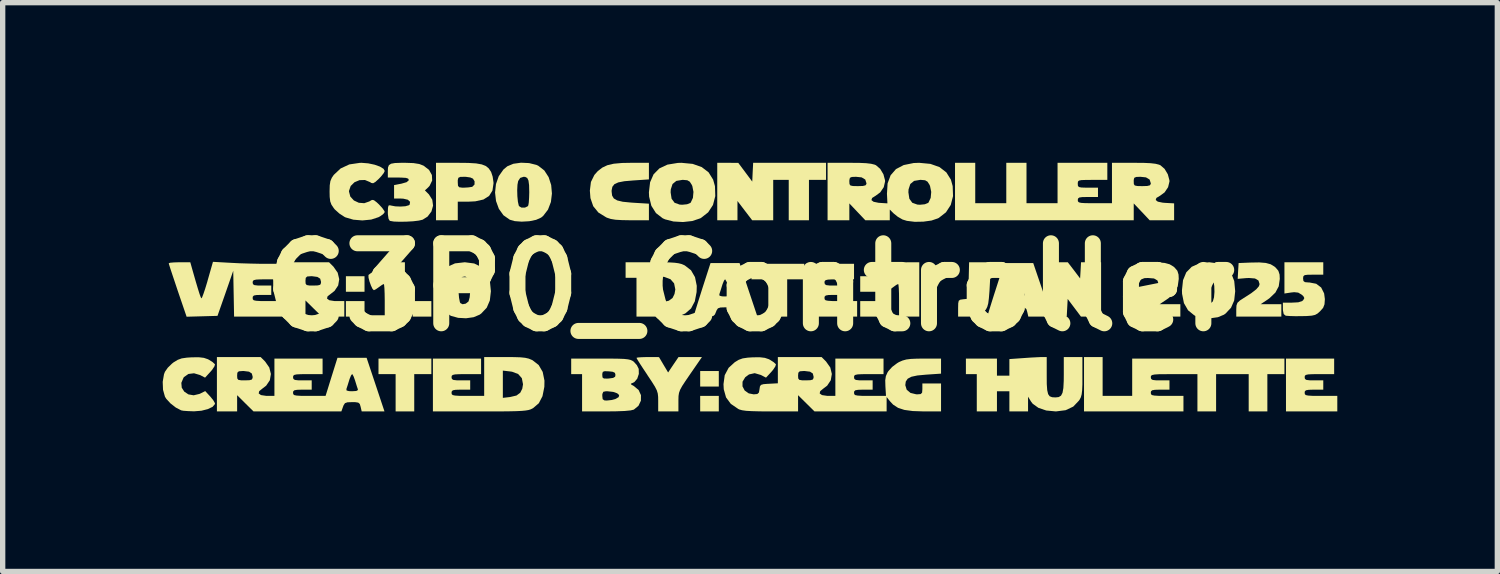
<source format=kicad_pcb>
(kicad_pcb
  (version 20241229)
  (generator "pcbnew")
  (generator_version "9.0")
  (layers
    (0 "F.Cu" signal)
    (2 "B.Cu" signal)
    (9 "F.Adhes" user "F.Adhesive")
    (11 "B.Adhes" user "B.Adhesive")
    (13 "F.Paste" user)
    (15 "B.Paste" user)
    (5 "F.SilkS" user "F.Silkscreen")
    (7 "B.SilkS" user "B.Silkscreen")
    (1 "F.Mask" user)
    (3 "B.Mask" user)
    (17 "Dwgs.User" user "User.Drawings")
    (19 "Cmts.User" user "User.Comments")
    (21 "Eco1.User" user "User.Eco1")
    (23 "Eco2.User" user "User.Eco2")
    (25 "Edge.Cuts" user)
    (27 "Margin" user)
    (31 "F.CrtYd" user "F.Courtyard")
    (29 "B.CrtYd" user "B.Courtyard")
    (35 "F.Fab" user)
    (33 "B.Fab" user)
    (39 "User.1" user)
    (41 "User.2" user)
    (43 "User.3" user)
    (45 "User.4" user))
  (footprint "C3P0_Controller"
    (layer "F.Cu")
    (at 11.007 2.332)
    (property "Reference" "C3P0_Controller" (at 0 0 0) (layer "F.SilkS") (effects (font (size 1.5 1.5) (thickness 0.3))))
    (attr board_only exclude_from_pos_files exclude_from_bom)
    (fp_poly (pts (xy -7.224 -0.058) (xy -7.224 0.087) (xy -7.399 0.087) (xy -7.573 0.087) (xy -7.573 -0.058) (xy -7.573 -0.204) (xy -7.399 -0.204) (xy -7.224 -0.204)) (stroke (width 0) (type solid)) (fill yes) (layer "F.SilkS"))
    (fp_poly (pts (xy -7.224 0.408) (xy -7.224 0.553) (xy -7.399 0.553) (xy -7.573 0.553) (xy -7.573 0.408) (xy -7.573 0.262) (xy -7.399 0.262) (xy -7.224 0.262)) (stroke (width 0) (type solid)) (fill yes) (layer "F.SilkS"))
    (fp_poly (pts (xy -5.971 0.408) (xy -5.971 0.553) (xy -6.146 0.553) (xy -6.321 0.553) (xy -6.321 0.408) (xy -6.321 0.262) (xy -6.146 0.262) (xy -5.971 0.262)) (stroke (width 0) (type solid)) (fill yes) (layer "F.SilkS"))
    (fp_poly (pts (xy -0.583 1.719) (xy -0.583 1.864) (xy -0.757 1.864) (xy -0.932 1.864) (xy -0.932 1.719) (xy -0.932 1.573) (xy -0.757 1.573) (xy -0.583 1.573)) (stroke (width 0) (type solid)) (fill yes) (layer "F.SilkS"))
    (fp_poly (pts (xy -0.583 2.185) (xy -0.583 2.33) (xy -0.757 2.33) (xy -0.932 2.33) (xy -0.932 2.185) (xy -0.932 2.039) (xy -0.757 2.039) (xy -0.583 2.039)) (stroke (width 0) (type solid)) (fill yes) (layer "F.SilkS"))
    (fp_poly (pts (xy 2.418 -0.058) (xy 2.418 0.087) (xy 2.243 0.087) (xy 2.068 0.087) (xy 2.068 -0.058) (xy 2.068 -0.204) (xy 2.243 -0.204) (xy 2.418 -0.204)) (stroke (width 0) (type solid)) (fill yes) (layer "F.SilkS"))
    (fp_poly (pts (xy 2.418 0.408) (xy 2.418 0.553) (xy 2.243 0.553) (xy 2.068 0.553) (xy 2.068 0.408) (xy 2.068 0.262) (xy 2.243 0.262) (xy 2.418 0.262)) (stroke (width 0) (type solid)) (fill yes) (layer "F.SilkS"))
    (fp_poly (pts (xy -5.971 1.486) (xy -5.971 1.631) (xy -6.132 1.631) (xy -6.292 1.631) (xy -6.292 1.981) (xy -6.292 2.33) (xy -6.467 2.33) (xy -6.641 2.33) (xy -6.641 1.981) (xy -6.641 1.631) (xy -6.801 1.631) (xy -6.962 1.631) (xy -6.962 1.486) (xy -6.962 1.34) (xy -6.467 1.34) (xy -5.971 1.34)) (stroke (width 0) (type solid)) (fill yes) (layer "F.SilkS"))
    (fp_poly (pts (xy 1.019 -0.291) (xy 1.019 -0.146) (xy 0.859 -0.146) (xy 0.699 -0.146) (xy 0.699 0.204) (xy 0.699 0.553) (xy 0.524 0.553) (xy 0.35 0.553) (xy 0.35 0.204) (xy 0.35 -0.146) (xy 0.189 -0.146) (xy 0.029 -0.146) (xy 0.029 -0.291) (xy 0.029 -0.437) (xy 0.524 -0.437) (xy 1.019 -0.437)) (stroke (width 0) (type solid)) (fill yes) (layer "F.SilkS"))
    (fp_poly (pts (xy 4.501 -0.109) (xy 4.491 0.073) (xy 4.48 0.207) (xy 4.468 0.303) (xy 4.45 0.369) (xy 4.426 0.417) (xy 4.393 0.455) (xy 4.365 0.48) (xy 4.305 0.522) (xy 4.239 0.544) (xy 4.146 0.553) (xy 4.09 0.553) (xy 3.903 0.553) (xy 3.903 0.395) (xy 3.905 0.304) (xy 3.915 0.256) (xy 3.943 0.236) (xy 3.997 0.228) (xy 3.998 0.228) (xy 4.093 0.218) (xy 4.101 -0.124) (xy 4.109 -0.466) (xy 4.314 -0.466) (xy 4.52 -0.466)) (stroke (width 0) (type solid)) (fill yes) (layer "F.SilkS"))
    (fp_poly (pts (xy -6.467 0.044) (xy -6.467 0.553) (xy -6.656 0.553) (xy -6.845 0.553) (xy -6.845 0.248) (xy -6.847 0.122) (xy -6.851 0.021) (xy -6.857 -0.042) (xy -6.862 -0.058) (xy -6.895 -0.042) (xy -6.95 -0.003) (xy -6.954 0) (xy -7.011 0.04) (xy -7.048 0.058) (xy -7.049 0.058) (xy -7.074 0.033) (xy -7.103 -0.028) (xy -7.131 -0.106) (xy -7.149 -0.178) (xy -7.15 -0.225) (xy -7.147 -0.23) (xy -7.111 -0.257) (xy -7.043 -0.306) (xy -6.969 -0.359) (xy -6.874 -0.42) (xy -6.797 -0.452) (xy -6.71 -0.465) (xy -6.641 -0.466) (xy -6.467 -0.466)) (stroke (width 0) (type solid)) (fill yes) (layer "F.SilkS"))
    (fp_poly (pts (xy 3.175 0.044) (xy 3.175 0.553) (xy 2.986 0.553) (xy 2.796 0.553) (xy 2.796 0.248) (xy 2.795 0.122) (xy 2.791 0.021) (xy 2.785 -0.042) (xy 2.779 -0.058) (xy 2.746 -0.042) (xy 2.691 -0.003) (xy 2.688 0) (xy 2.63 0.04) (xy 2.593 0.058) (xy 2.592 0.058) (xy 2.568 0.033) (xy 2.538 -0.028) (xy 2.511 -0.106) (xy 2.493 -0.178) (xy 2.491 -0.225) (xy 2.494 -0.23) (xy 2.53 -0.257) (xy 2.598 -0.306) (xy 2.673 -0.359) (xy 2.767 -0.42) (xy 2.844 -0.452) (xy 2.931 -0.465) (xy 3 -0.466) (xy 3.175 -0.466)) (stroke (width 0) (type solid)) (fill yes) (layer "F.SilkS"))
    (fp_poly (pts (xy 1.427 -2.17) (xy 1.427 -2.01) (xy 1.267 -2.01) (xy 1.107 -2.01) (xy 1.107 -1.631) (xy 1.107 -1.253) (xy 0.918 -1.253) (xy 0.728 -1.253) (xy 0.728 -1.631) (xy 0.728 -2.01) (xy 0.583 -2.01) (xy 0.437 -2.01) (xy 0.437 -1.631) (xy 0.437 -1.253) (xy 0.24 -1.253) (xy 0.043 -1.253) (xy -0.095 -1.433) (xy -0.233 -1.614) (xy -0.233 -1.433) (xy -0.233 -1.253) (xy -0.422 -1.253) (xy -0.612 -1.253) (xy -0.612 -1.791) (xy -0.612 -2.33) (xy -0.415 -2.33) (xy -0.218 -2.329) (xy -0.087 -2.154) (xy 0.044 -1.978) (xy 0.052 -2.154) (xy 0.061 -2.33) (xy 0.744 -2.33) (xy 1.427 -2.33)) (stroke (width 0) (type solid)) (fill yes) (layer "F.SilkS"))
    (fp_poly (pts (xy -1.119 1.63) (xy -1.208 1.76) (xy -1.269 1.853) (xy -1.308 1.924) (xy -1.329 1.983) (xy -1.338 2.042) (xy -1.34 2.114) (xy -1.34 2.14) (xy -1.34 2.33) (xy -1.529 2.33) (xy -1.719 2.33) (xy -1.719 2.14) (xy -1.72 2.059) (xy -1.727 1.995) (xy -1.745 1.935) (xy -1.78 1.866) (xy -1.837 1.775) (xy -1.921 1.649) (xy -1.922 1.646) (xy -2 1.529) (xy -2.064 1.431) (xy -2.108 1.36) (xy -2.126 1.327) (xy -2.126 1.326) (xy -2.1 1.319) (xy -2.029 1.314) (xy -1.929 1.311) (xy -1.915 1.311) (xy -1.704 1.312) (xy -1.619 1.456) (xy -1.533 1.6) (xy -1.436 1.455) (xy -1.338 1.311) (xy -1.118 1.311) (xy -0.899 1.311)) (stroke (width 0) (type solid)) (fill yes) (layer "F.SilkS"))
    (fp_poly (pts (xy 1.952 -0.291) (xy 1.952 -0.146) (xy 1.675 -0.146) (xy 1.546 -0.145) (xy 1.465 -0.141) (xy 1.421 -0.131) (xy 1.402 -0.113) (xy 1.398 -0.087) (xy 1.405 -0.055) (xy 1.433 -0.037) (xy 1.496 -0.03) (xy 1.573 -0.029) (xy 1.748 -0.029) (xy 1.748 0.058) (xy 1.748 0.146) (xy 1.573 0.146) (xy 1.475 0.148) (xy 1.423 0.157) (xy 1.401 0.178) (xy 1.398 0.204) (xy 1.402 0.23) (xy 1.42 0.247) (xy 1.464 0.256) (xy 1.542 0.261) (xy 1.666 0.262) (xy 1.704 0.262) (xy 2.01 0.262) (xy 2.01 0.408) (xy 2.01 0.553) (xy 1.529 0.553) (xy 1.049 0.553) (xy 1.049 0.058) (xy 1.049 -0.437) (xy 1.5 -0.437) (xy 1.952 -0.437)) (stroke (width 0) (type solid)) (fill yes) (layer "F.SilkS"))
    (fp_poly (pts (xy 10.952 1.486) (xy 10.952 1.631) (xy 10.676 1.631) (xy 10.547 1.632) (xy 10.466 1.636) (xy 10.421 1.646) (xy 10.403 1.663) (xy 10.399 1.689) (xy 10.405 1.722) (xy 10.433 1.74) (xy 10.496 1.747) (xy 10.574 1.748) (xy 10.748 1.748) (xy 10.748 1.835) (xy 10.748 1.922) (xy 10.574 1.922) (xy 10.476 1.925) (xy 10.423 1.934) (xy 10.402 1.955) (xy 10.399 1.981) (xy 10.403 2.007) (xy 10.421 2.024) (xy 10.464 2.033) (xy 10.543 2.038) (xy 10.666 2.039) (xy 10.705 2.039) (xy 11.011 2.039) (xy 11.011 2.185) (xy 11.011 2.33) (xy 10.53 2.33) (xy 10.049 2.33) (xy 10.049 1.835) (xy 10.049 1.34) (xy 10.501 1.34) (xy 10.952 1.34)) (stroke (width 0) (type solid)) (fill yes) (layer "F.SilkS"))
    (fp_poly (pts (xy 7.777 -0.453) (xy 7.868 -0.428) (xy 7.94 -0.385) (xy 7.963 -0.365) (xy 8.013 -0.306) (xy 8.035 -0.235) (xy 8.039 -0.154) (xy 8.02 -0.015) (xy 7.958 0.102) (xy 7.847 0.208) (xy 7.804 0.238) (xy 7.681 0.32) (xy 7.875 0.32) (xy 8.069 0.32) (xy 8.069 0.437) (xy 8.069 0.553) (xy 7.646 0.553) (xy 7.224 0.553) (xy 7.224 0.422) (xy 7.227 0.344) (xy 7.245 0.294) (xy 7.291 0.251) (xy 7.362 0.205) (xy 7.504 0.114) (xy 7.598 0.041) (xy 7.649 -0.017) (xy 7.661 -0.057) (xy 7.64 -0.124) (xy 7.575 -0.162) (xy 7.462 -0.171) (xy 7.412 -0.169) (xy 7.25 -0.155) (xy 7.259 -0.303) (xy 7.268 -0.451) (xy 7.486 -0.46) (xy 7.654 -0.463)) (stroke (width 0) (type solid)) (fill yes) (layer "F.SilkS"))
    (fp_poly (pts (xy 9.671 -0.453) (xy 9.762 -0.428) (xy 9.833 -0.385) (xy 9.856 -0.365) (xy 9.906 -0.306) (xy 9.929 -0.235) (xy 9.933 -0.154) (xy 9.913 -0.015) (xy 9.851 0.102) (xy 9.74 0.208) (xy 9.698 0.238) (xy 9.574 0.32) (xy 9.768 0.32) (xy 9.962 0.32) (xy 9.962 0.437) (xy 9.962 0.553) (xy 9.54 0.553) (xy 9.117 0.553) (xy 9.117 0.422) (xy 9.121 0.344) (xy 9.139 0.294) (xy 9.185 0.251) (xy 9.256 0.205) (xy 9.398 0.114) (xy 9.492 0.041) (xy 9.542 -0.017) (xy 9.554 -0.057) (xy 9.533 -0.124) (xy 9.468 -0.162) (xy 9.356 -0.171) (xy 9.305 -0.169) (xy 9.144 -0.155) (xy 9.152 -0.303) (xy 9.161 -0.451) (xy 9.379 -0.46) (xy 9.547 -0.463)) (stroke (width 0) (type solid)) (fill yes) (layer "F.SilkS"))
    (fp_poly (pts (xy -1.893 -2.174) (xy -1.893 -2.019) (xy -2.19 -1.999) (xy -2.354 -1.985) (xy -2.467 -1.963) (xy -2.539 -1.93) (xy -2.578 -1.881) (xy -2.592 -1.813) (xy -2.592 -1.791) (xy -2.583 -1.716) (xy -2.551 -1.662) (xy -2.487 -1.625) (xy -2.383 -1.6) (xy -2.231 -1.585) (xy -2.189 -1.582) (xy -1.893 -1.564) (xy -1.893 -1.408) (xy -1.893 -1.253) (xy -2.236 -1.253) (xy -2.4 -1.256) (xy -2.52 -1.263) (xy -2.609 -1.278) (xy -2.679 -1.301) (xy -2.694 -1.308) (xy -2.84 -1.398) (xy -2.937 -1.517) (xy -2.989 -1.668) (xy -3 -1.809) (xy -2.98 -1.971) (xy -2.915 -2.103) (xy -2.85 -2.176) (xy -2.767 -2.24) (xy -2.672 -2.285) (xy -2.553 -2.313) (xy -2.397 -2.327) (xy -2.229 -2.33) (xy -1.893 -2.33)) (stroke (width 0) (type solid)) (fill yes) (layer "F.SilkS"))
    (fp_poly (pts (xy -5.279 -2.328) (xy -5.132 -2.319) (xy -5.026 -2.3) (xy -4.95 -2.27) (xy -4.896 -2.226) (xy -4.855 -2.165) (xy -4.85 -2.156) (xy -4.822 -2.071) (xy -4.807 -1.967) (xy -4.806 -1.945) (xy -4.826 -1.809) (xy -4.889 -1.709) (xy -4.995 -1.642) (xy -5.148 -1.608) (xy -5.271 -1.602) (xy -5.476 -1.602) (xy -5.476 -1.427) (xy -5.476 -1.253) (xy -5.68 -1.253) (xy -5.884 -1.253) (xy -5.884 -1.791) (xy -5.884 -1.966) (xy -5.476 -1.966) (xy -5.472 -1.9) (xy -5.45 -1.872) (xy -5.392 -1.864) (xy -5.362 -1.864) (xy -5.276 -1.869) (xy -5.21 -1.879) (xy -5.202 -1.882) (xy -5.162 -1.923) (xy -5.161 -1.984) (xy -5.191 -2.033) (xy -5.24 -2.055) (xy -5.321 -2.067) (xy -5.351 -2.068) (xy -5.429 -2.066) (xy -5.465 -2.049) (xy -5.476 -2.006) (xy -5.476 -1.966) (xy -5.884 -1.966) (xy -5.884 -2.33) (xy -5.475 -2.33)) (stroke (width 0) (type solid)) (fill yes) (layer "F.SilkS"))
    (fp_poly (pts (xy -1.648 -0.465) (xy -1.51 -0.463) (xy -1.41 -0.457) (xy -1.337 -0.447) (xy -1.281 -0.433) (xy -1.232 -0.412) (xy -1.22 -0.406) (xy -1.104 -0.316) (xy -1.029 -0.187) (xy -0.996 -0.024) (xy -0.999 0.092) (xy -1.033 0.268) (xy -1.103 0.4) (xy -1.209 0.492) (xy -1.223 0.499) (xy -1.274 0.522) (xy -1.337 0.537) (xy -1.422 0.547) (xy -1.54 0.552) (xy -1.704 0.553) (xy -1.725 0.553) (xy -2.126 0.553) (xy -2.126 0.189) (xy -2.126 0.044) (xy -1.777 0.044) (xy -1.777 0.299) (xy -1.64 0.283) (xy -1.52 0.255) (xy -1.45 0.204) (xy -1.413 0.128) (xy -1.398 0.044) (xy -1.421 -0.07) (xy -1.489 -0.148) (xy -1.604 -0.191) (xy -1.64 -0.196) (xy -1.777 -0.211) (xy -1.777 0.044) (xy -2.126 0.044) (xy -2.126 -0.175) (xy -2.228 -0.175) (xy -2.33 -0.175) (xy -2.33 -0.32) (xy -2.33 -0.466) (xy -1.834 -0.466)) (stroke (width 0) (type solid)) (fill yes) (layer "F.SilkS"))
    (fp_poly (pts (xy -5.168 -0.443) (xy -5.031 -0.376) (xy -4.933 -0.266) (xy -4.874 -0.114) (xy -4.855 0.077) (xy -4.875 0.251) (xy -4.933 0.386) (xy -5.035 0.494) (xy -5.067 0.517) (xy -5.179 0.564) (xy -5.321 0.584) (xy -5.469 0.576) (xy -5.6 0.54) (xy -5.622 0.529) (xy -5.74 0.434) (xy -5.816 0.3) (xy -5.851 0.125) (xy -5.854 0.058) (xy -5.847 -0.005) (xy -5.462 -0.005) (xy -5.461 0.099) (xy -5.452 0.201) (xy -5.437 0.278) (xy -5.428 0.299) (xy -5.386 0.321) (xy -5.327 0.31) (xy -5.278 0.272) (xy -5.273 0.264) (xy -5.253 0.191) (xy -5.244 0.089) (xy -5.248 -0.02) (xy -5.263 -0.112) (xy -5.281 -0.158) (xy -5.337 -0.2) (xy -5.393 -0.19) (xy -5.438 -0.133) (xy -5.453 -0.087) (xy -5.462 -0.005) (xy -5.847 -0.005) (xy -5.833 -0.13) (xy -5.772 -0.277) (xy -5.67 -0.381) (xy -5.528 -0.445) (xy -5.345 -0.466) (xy -5.343 -0.466)) (stroke (width 0) (type solid)) (fill yes) (layer "F.SilkS"))
    (fp_poly (pts (xy 8.784 -0.443) (xy 8.921 -0.376) (xy 9.02 -0.266) (xy 9.079 -0.114) (xy 9.097 0.077) (xy 9.078 0.251) (xy 9.019 0.386) (xy 8.918 0.494) (xy 8.886 0.517) (xy 8.773 0.564) (xy 8.632 0.584) (xy 8.484 0.576) (xy 8.353 0.54) (xy 8.33 0.529) (xy 8.213 0.434) (xy 8.136 0.3) (xy 8.101 0.125) (xy 8.099 0.058) (xy 8.106 -0.005) (xy 8.49 -0.005) (xy 8.491 0.099) (xy 8.5 0.201) (xy 8.516 0.278) (xy 8.525 0.299) (xy 8.567 0.321) (xy 8.626 0.31) (xy 8.674 0.272) (xy 8.679 0.264) (xy 8.7 0.191) (xy 8.708 0.089) (xy 8.705 -0.02) (xy 8.69 -0.112) (xy 8.671 -0.158) (xy 8.616 -0.2) (xy 8.56 -0.19) (xy 8.514 -0.133) (xy 8.499 -0.087) (xy 8.49 -0.005) (xy 8.106 -0.005) (xy 8.119 -0.13) (xy 8.18 -0.277) (xy 8.282 -0.381) (xy 8.425 -0.445) (xy 8.608 -0.466) (xy 8.61 -0.466)) (stroke (width 0) (type solid)) (fill yes) (layer "F.SilkS"))
    (fp_poly (pts (xy -1.073 -2.31) (xy -0.903 -2.25) (xy -0.774 -2.151) (xy -0.689 -2.014) (xy -0.655 -1.893) (xy -0.649 -1.706) (xy -0.692 -1.54) (xy -0.782 -1.402) (xy -0.915 -1.298) (xy -0.931 -1.289) (xy -1.08 -1.239) (xy -1.254 -1.22) (xy -1.432 -1.23) (xy -1.589 -1.27) (xy -1.634 -1.29) (xy -1.761 -1.388) (xy -1.847 -1.524) (xy -1.889 -1.695) (xy -1.893 -1.777) (xy -1.486 -1.777) (xy -1.468 -1.657) (xy -1.412 -1.581) (xy -1.317 -1.547) (xy -1.269 -1.544) (xy -1.178 -1.553) (xy -1.117 -1.578) (xy -1.109 -1.585) (xy -1.068 -1.673) (xy -1.058 -1.785) (xy -1.079 -1.894) (xy -1.09 -1.918) (xy -1.127 -1.976) (xy -1.173 -2.003) (xy -1.25 -2.01) (xy -1.266 -2.01) (xy -1.379 -1.991) (xy -1.45 -1.933) (xy -1.483 -1.832) (xy -1.486 -1.777) (xy -1.893 -1.777) (xy -1.871 -1.965) (xy -1.806 -2.114) (xy -1.697 -2.225) (xy -1.546 -2.296) (xy -1.351 -2.328) (xy -1.283 -2.33)) (stroke (width 0) (type solid)) (fill yes) (layer "F.SilkS"))
    (fp_poly (pts (xy 10.748 -0.35) (xy 10.748 -0.233) (xy 10.559 -0.233) (xy 10.457 -0.232) (xy 10.401 -0.225) (xy 10.376 -0.206) (xy 10.37 -0.172) (xy 10.37 -0.16) (xy 10.376 -0.114) (xy 10.405 -0.093) (xy 10.474 -0.087) (xy 10.488 -0.087) (xy 10.615 -0.063) (xy 10.709 0.008) (xy 10.764 0.118) (xy 10.778 0.225) (xy 10.771 0.322) (xy 10.745 0.389) (xy 10.688 0.453) (xy 10.688 0.453) (xy 10.641 0.495) (xy 10.594 0.521) (xy 10.532 0.535) (xy 10.439 0.542) (xy 10.346 0.544) (xy 10.225 0.545) (xy 10.122 0.542) (xy 10.054 0.537) (xy 10.042 0.535) (xy 10.006 0.505) (xy 9.992 0.436) (xy 9.991 0.406) (xy 9.991 0.291) (xy 10.162 0.291) (xy 10.279 0.285) (xy 10.35 0.263) (xy 10.372 0.244) (xy 10.393 0.206) (xy 10.374 0.169) (xy 10.341 0.14) (xy 10.278 0.103) (xy 10.203 0.095) (xy 10.145 0.101) (xy 10.02 0.12) (xy 10.02 -0.173) (xy 10.02 -0.466) (xy 10.384 -0.466) (xy 10.748 -0.466)) (stroke (width 0) (type solid)) (fill yes) (layer "F.SilkS"))
    (fp_poly (pts (xy -4.14 -2.325) (xy -4.002 -2.291) (xy -3.967 -2.275) (xy -3.854 -2.187) (xy -3.773 -2.062) (xy -3.725 -1.914) (xy -3.711 -1.754) (xy -3.73 -1.596) (xy -3.785 -1.452) (xy -3.875 -1.335) (xy -3.914 -1.303) (xy -4.008 -1.261) (xy -4.136 -1.235) (xy -4.277 -1.227) (xy -4.409 -1.237) (xy -4.5 -1.263) (xy -4.62 -1.347) (xy -4.706 -1.468) (xy -4.759 -1.614) (xy -4.777 -1.772) (xy -4.772 -1.818) (xy -4.362 -1.818) (xy -4.359 -1.705) (xy -4.349 -1.602) (xy -4.333 -1.53) (xy -4.327 -1.518) (xy -4.282 -1.49) (xy -4.217 -1.49) (xy -4.165 -1.515) (xy -4.154 -1.532) (xy -4.145 -1.583) (xy -4.139 -1.673) (xy -4.136 -1.777) (xy -4.139 -1.911) (xy -4.151 -1.998) (xy -4.174 -2.046) (xy -4.212 -2.066) (xy -4.242 -2.068) (xy -4.306 -2.047) (xy -4.344 -1.988) (xy -4.357 -1.919) (xy -4.362 -1.818) (xy -4.772 -1.818) (xy -4.76 -1.931) (xy -4.708 -2.079) (xy -4.62 -2.204) (xy -4.547 -2.265) (xy -4.434 -2.312) (xy -4.291 -2.332)) (stroke (width 0) (type solid)) (fill yes) (layer "F.SilkS"))
    (fp_poly (pts (xy -0.027 0.051) (xy 0.141 0.553) (xy -0.073 0.553) (xy -0.287 0.553) (xy -0.306 0.466) (xy -0.322 0.413) (xy -0.351 0.388) (xy -0.411 0.379) (xy -0.466 0.379) (xy -0.552 0.382) (xy -0.599 0.398) (xy -0.625 0.437) (xy -0.636 0.466) (xy -0.656 0.513) (xy -0.683 0.539) (xy -0.733 0.551) (xy -0.821 0.553) (xy -0.858 0.553) (xy -0.955 0.55) (xy -1.023 0.542) (xy -1.048 0.532) (xy -1.039 0.498) (xy -1.015 0.418) (xy -0.979 0.302) (xy -0.934 0.159) (xy -0.926 0.134) (xy -0.573 0.134) (xy -0.569 0.161) (xy -0.523 0.173) (xy -0.466 0.175) (xy -0.388 0.17) (xy -0.357 0.153) (xy -0.359 0.134) (xy -0.377 0.082) (xy -0.402 0.001) (xy -0.41 -0.026) (xy -0.436 -0.099) (xy -0.46 -0.141) (xy -0.466 -0.146) (xy -0.486 -0.121) (xy -0.512 -0.057) (xy -0.522 -0.026) (xy -0.548 0.058) (xy -0.569 0.123) (xy -0.573 0.134) (xy -0.926 0.134) (xy -0.893 0.029) (xy -0.738 -0.451) (xy -0.466 -0.451) (xy -0.194 -0.451)) (stroke (width 0) (type solid)) (fill yes) (layer "F.SilkS"))
    (fp_poly (pts (xy -10.235 1.326) (xy -10.162 1.351) (xy -10.138 1.363) (xy -10.071 1.406) (xy -10.031 1.443) (xy -10.027 1.45) (xy -10.039 1.488) (xy -10.081 1.551) (xy -10.115 1.59) (xy -10.213 1.697) (xy -10.308 1.648) (xy -10.42 1.615) (xy -10.525 1.628) (xy -10.608 1.686) (xy -10.617 1.698) (xy -10.658 1.795) (xy -10.65 1.886) (xy -10.602 1.96) (xy -10.525 2.011) (xy -10.427 2.028) (xy -10.318 2.002) (xy -10.304 1.996) (xy -10.21 1.949) (xy -10.113 2.054) (xy -10.059 2.121) (xy -10.029 2.174) (xy -10.027 2.191) (xy -10.072 2.244) (xy -10.162 2.287) (xy -10.281 2.317) (xy -10.416 2.328) (xy -10.428 2.328) (xy -10.533 2.324) (xy -10.618 2.318) (xy -10.661 2.31) (xy -10.761 2.258) (xy -10.861 2.18) (xy -10.94 2.094) (xy -10.965 2.054) (xy -11.001 1.925) (xy -11.007 1.775) (xy -10.983 1.634) (xy -10.965 1.587) (xy -10.912 1.511) (xy -10.833 1.434) (xy -10.8 1.408) (xy -10.725 1.363) (xy -10.651 1.336) (xy -10.554 1.322) (xy -10.46 1.316) (xy -10.328 1.315)) (stroke (width 0) (type solid)) (fill yes) (layer "F.SilkS"))
    (fp_poly (pts (xy -7.155 -2.32) (xy -7.036 -2.295) (xy -6.935 -2.259) (xy -6.867 -2.217) (xy -6.845 -2.177) (xy -6.865 -2.136) (xy -6.915 -2.073) (xy -6.954 -2.032) (xy -7.021 -1.971) (xy -7.063 -1.947) (xy -7.098 -1.953) (xy -7.12 -1.968) (xy -7.216 -2.008) (xy -7.318 -2.005) (xy -7.412 -1.966) (xy -7.483 -1.896) (xy -7.515 -1.804) (xy -7.515 -1.791) (xy -7.49 -1.697) (xy -7.423 -1.624) (xy -7.331 -1.581) (xy -7.229 -1.573) (xy -7.131 -1.607) (xy -7.12 -1.615) (xy -7.083 -1.635) (xy -7.047 -1.629) (xy -6.996 -1.59) (xy -6.954 -1.551) (xy -6.892 -1.484) (xy -6.853 -1.428) (xy -6.845 -1.407) (xy -6.869 -1.373) (xy -6.929 -1.329) (xy -6.961 -1.311) (xy -7.099 -1.266) (xy -7.264 -1.25) (xy -7.433 -1.264) (xy -7.58 -1.307) (xy -7.597 -1.315) (xy -7.693 -1.377) (xy -7.781 -1.456) (xy -7.8 -1.48) (xy -7.843 -1.543) (xy -7.867 -1.607) (xy -7.877 -1.692) (xy -7.879 -1.791) (xy -7.876 -1.908) (xy -7.864 -1.987) (xy -7.837 -2.05) (xy -7.8 -2.104) (xy -7.672 -2.224) (xy -7.509 -2.3) (xy -7.312 -2.329) (xy -7.28 -2.33)) (stroke (width 0) (type solid)) (fill yes) (layer "F.SilkS"))
    (fp_poly (pts (xy -6.307 -2.325) (xy -6.2 -2.308) (xy -6.118 -2.277) (xy -6.117 -2.276) (xy -6.015 -2.198) (xy -5.961 -2.101) (xy -5.956 -1.998) (xy -6.003 -1.9) (xy -6.032 -1.868) (xy -6.092 -1.813) (xy -6.017 -1.738) (xy -5.954 -1.638) (xy -5.939 -1.527) (xy -5.97 -1.417) (xy -6.042 -1.322) (xy -6.134 -1.264) (xy -6.205 -1.247) (xy -6.313 -1.234) (xy -6.439 -1.227) (xy -6.566 -1.225) (xy -6.674 -1.229) (xy -6.745 -1.241) (xy -6.751 -1.243) (xy -6.774 -1.281) (xy -6.786 -1.365) (xy -6.787 -1.403) (xy -6.784 -1.488) (xy -6.774 -1.528) (xy -6.749 -1.535) (xy -6.732 -1.53) (xy -6.647 -1.514) (xy -6.549 -1.51) (xy -6.458 -1.516) (xy -6.394 -1.534) (xy -6.378 -1.546) (xy -6.37 -1.599) (xy -6.412 -1.638) (xy -6.498 -1.658) (xy -6.543 -1.66) (xy -6.67 -1.66) (xy -6.67 -1.787) (xy -6.67 -1.913) (xy -6.532 -1.939) (xy -6.435 -1.967) (xy -6.395 -2.002) (xy -6.394 -2.01) (xy -6.406 -2.034) (xy -6.45 -2.048) (xy -6.537 -2.053) (xy -6.59 -2.054) (xy -6.787 -2.054) (xy -6.787 -2.174) (xy -6.784 -2.242) (xy -6.767 -2.286) (xy -6.727 -2.313) (xy -6.654 -2.326) (xy -6.537 -2.33) (xy -6.456 -2.33)) (stroke (width 0) (type solid)) (fill yes) (layer "F.SilkS"))
    (fp_poly (pts (xy 6.612 1.675) (xy 6.612 2.039) (xy 6.889 2.039) (xy 7.166 2.039) (xy 7.166 1.689) (xy 7.166 1.34) (xy 8.593 1.34) (xy 10.02 1.34) (xy 10.02 1.486) (xy 10.02 1.631) (xy 9.86 1.631) (xy 9.7 1.631) (xy 9.7 1.981) (xy 9.7 2.33) (xy 9.525 2.33) (xy 9.35 2.33) (xy 9.35 1.981) (xy 9.35 1.631) (xy 9.044 1.631) (xy 8.739 1.631) (xy 8.739 1.981) (xy 8.739 2.33) (xy 8.564 2.33) (xy 8.389 2.33) (xy 8.389 1.981) (xy 8.389 1.631) (xy 7.952 1.631) (xy 7.784 1.632) (xy 7.666 1.633) (xy 7.588 1.638) (xy 7.543 1.647) (xy 7.522 1.66) (xy 7.515 1.68) (xy 7.515 1.689) (xy 7.522 1.722) (xy 7.55 1.74) (xy 7.612 1.747) (xy 7.69 1.748) (xy 7.865 1.748) (xy 7.865 1.835) (xy 7.865 1.922) (xy 7.69 1.922) (xy 7.592 1.925) (xy 7.54 1.934) (xy 7.518 1.955) (xy 7.515 1.981) (xy 7.519 2.007) (xy 7.537 2.024) (xy 7.581 2.033) (xy 7.659 2.038) (xy 7.783 2.039) (xy 7.821 2.039) (xy 8.127 2.039) (xy 8.127 2.185) (xy 8.127 2.33) (xy 7.195 2.33) (xy 6.263 2.33) (xy 6.263 1.821) (xy 6.263 1.311) (xy 6.437 1.311) (xy 6.612 1.311)) (stroke (width 0) (type solid)) (fill yes) (layer "F.SilkS"))
    (fp_poly (pts (xy 5.564 1.654) (xy 5.565 1.818) (xy 5.573 1.931) (xy 5.59 2.005) (xy 5.619 2.046) (xy 5.665 2.064) (xy 5.729 2.068) (xy 5.789 2.061) (xy 5.832 2.035) (xy 5.86 1.981) (xy 5.876 1.892) (xy 5.883 1.758) (xy 5.884 1.633) (xy 5.884 1.311) (xy 6.059 1.311) (xy 6.233 1.311) (xy 6.233 1.671) (xy 6.233 1.825) (xy 6.228 1.933) (xy 6.219 2.009) (xy 6.204 2.064) (xy 6.18 2.111) (xy 6.167 2.129) (xy 6.061 2.24) (xy 5.919 2.307) (xy 5.739 2.33) (xy 5.732 2.33) (xy 5.555 2.313) (xy 5.408 2.263) (xy 5.301 2.186) (xy 5.269 2.144) (xy 5.214 2.054) (xy 5.214 2.192) (xy 5.214 2.33) (xy 5.039 2.33) (xy 4.864 2.33) (xy 4.864 2.141) (xy 4.864 1.952) (xy 4.748 1.952) (xy 4.631 1.952) (xy 4.631 2.141) (xy 4.631 2.33) (xy 4.442 2.33) (xy 4.253 2.33) (xy 4.253 1.981) (xy 4.253 1.631) (xy 4.151 1.631) (xy 4.049 1.631) (xy 4.049 1.486) (xy 4.049 1.34) (xy 4.34 1.34) (xy 4.631 1.34) (xy 4.631 1.5) (xy 4.631 1.66) (xy 4.748 1.66) (xy 4.864 1.66) (xy 4.864 1.504) (xy 4.864 1.349) (xy 5.131 1.33) (xy 5.26 1.321) (xy 5.376 1.315) (xy 5.46 1.311) (xy 5.481 1.311) (xy 5.564 1.311)) (stroke (width 0) (type solid)) (fill yes) (layer "F.SilkS"))
    (fp_poly (pts (xy -2.606 1.34) (xy -2.462 1.342) (xy -2.358 1.346) (xy -2.286 1.354) (xy -2.237 1.365) (xy -2.202 1.381) (xy -2.177 1.398) (xy -2.118 1.464) (xy -2.084 1.533) (xy -2.082 1.627) (xy -2.112 1.717) (xy -2.166 1.78) (xy -2.193 1.794) (xy -2.231 1.81) (xy -2.224 1.827) (xy -2.176 1.854) (xy -2.086 1.929) (xy -2.042 2.025) (xy -2.043 2.129) (xy -2.089 2.225) (xy -2.175 2.296) (xy -2.235 2.311) (xy -2.348 2.322) (xy -2.51 2.328) (xy -2.692 2.33) (xy -3.146 2.33) (xy -3.146 2.039) (xy -2.767 2.039) (xy -2.76 2.101) (xy -2.726 2.124) (xy -2.682 2.126) (xy -2.589 2.116) (xy -2.522 2.098) (xy -2.46 2.062) (xy -2.451 2.024) (xy -2.488 1.99) (xy -2.564 1.964) (xy -2.674 1.952) (xy -2.698 1.952) (xy -2.748 1.962) (xy -2.766 2.004) (xy -2.767 2.039) (xy -3.146 2.039) (xy -3.146 1.981) (xy -3.146 1.646) (xy -2.767 1.646) (xy -2.763 1.693) (xy -2.738 1.713) (xy -2.677 1.715) (xy -2.643 1.713) (xy -2.564 1.702) (xy -2.527 1.68) (xy -2.52 1.646) (xy -2.53 1.607) (xy -2.572 1.587) (xy -2.643 1.579) (xy -2.721 1.576) (xy -2.757 1.588) (xy -2.767 1.625) (xy -2.767 1.646) (xy -3.146 1.646) (xy -3.146 1.631) (xy -3.248 1.631) (xy -3.35 1.631) (xy -3.35 1.486) (xy -3.35 1.34) (xy -2.8 1.34)) (stroke (width 0) (type solid)) (fill yes) (layer "F.SilkS"))
    (fp_poly (pts (xy 6.075 -0.315) (xy 6.19 -0.163) (xy 6.199 -0.315) (xy 6.207 -0.466) (xy 6.395 -0.466) (xy 6.583 -0.466) (xy 6.583 0.044) (xy 6.583 0.553) (xy 6.395 0.553) (xy 6.206 0.553) (xy 6.082 0.388) (xy 5.957 0.222) (xy 5.948 0.388) (xy 5.939 0.553) (xy 5.579 0.553) (xy 5.219 0.553) (xy 5.199 0.466) (xy 5.183 0.413) (xy 5.154 0.388) (xy 5.094 0.379) (xy 5.04 0.379) (xy 4.954 0.382) (xy 4.907 0.398) (xy 4.88 0.437) (xy 4.869 0.466) (xy 4.849 0.513) (xy 4.823 0.539) (xy 4.773 0.551) (xy 4.685 0.553) (xy 4.648 0.553) (xy 4.551 0.55) (xy 4.482 0.542) (xy 4.457 0.532) (xy 4.466 0.498) (xy 4.49 0.418) (xy 4.526 0.302) (xy 4.571 0.159) (xy 4.579 0.134) (xy 4.932 0.134) (xy 4.936 0.161) (xy 4.983 0.173) (xy 5.039 0.175) (xy 5.118 0.17) (xy 5.148 0.153) (xy 5.146 0.134) (xy 5.128 0.082) (xy 5.103 0.001) (xy 5.095 -0.026) (xy 5.069 -0.099) (xy 5.046 -0.141) (xy 5.039 -0.146) (xy 5.02 -0.121) (xy 4.994 -0.057) (xy 4.983 -0.026) (xy 4.957 0.058) (xy 4.936 0.123) (xy 4.932 0.134) (xy 4.579 0.134) (xy 4.613 0.029) (xy 4.767 -0.451) (xy 5.039 -0.451) (xy 5.311 -0.451) (xy 5.45 -0.044) (xy 5.588 0.364) (xy 5.59 -0.051) (xy 5.593 -0.466) (xy 5.776 -0.466) (xy 5.959 -0.466)) (stroke (width 0) (type solid)) (fill yes) (layer "F.SilkS"))
    (fp_poly (pts (xy -4.42 1.312) (xy -4.3 1.316) (xy -4.213 1.325) (xy -4.147 1.34) (xy -4.091 1.363) (xy -4.074 1.371) (xy -3.959 1.461) (xy -3.884 1.59) (xy -3.851 1.753) (xy -3.853 1.869) (xy -3.888 2.045) (xy -3.957 2.177) (xy -4.064 2.268) (xy -4.078 2.276) (xy -4.111 2.292) (xy -4.15 2.304) (xy -4.203 2.313) (xy -4.276 2.32) (xy -4.375 2.325) (xy -4.508 2.328) (xy -4.682 2.33) (xy -4.903 2.33) (xy -5.061 2.33) (xy -5.942 2.33) (xy -5.942 1.835) (xy -5.942 1.34) (xy -5.491 1.34) (xy -5.039 1.34) (xy -5.039 1.486) (xy -5.039 1.631) (xy -5.316 1.631) (xy -5.445 1.632) (xy -5.526 1.636) (xy -5.57 1.646) (xy -5.589 1.663) (xy -5.593 1.689) (xy -5.586 1.722) (xy -5.558 1.74) (xy -5.495 1.747) (xy -5.418 1.748) (xy -5.243 1.748) (xy -5.243 1.835) (xy -5.243 1.922) (xy -5.418 1.922) (xy -5.516 1.925) (xy -5.568 1.934) (xy -5.589 1.955) (xy -5.593 1.981) (xy -5.589 2.007) (xy -5.57 2.024) (xy -5.527 2.033) (xy -5.449 2.038) (xy -5.325 2.039) (xy -5.287 2.039) (xy -4.981 2.039) (xy -4.981 1.821) (xy -4.631 1.821) (xy -4.631 2.076) (xy -4.494 2.06) (xy -4.375 2.032) (xy -4.305 1.98) (xy -4.267 1.905) (xy -4.253 1.821) (xy -4.275 1.707) (xy -4.344 1.629) (xy -4.458 1.586) (xy -4.494 1.581) (xy -4.631 1.565) (xy -4.631 1.821) (xy -4.981 1.821) (xy -4.981 1.675) (xy -4.981 1.311) (xy -4.587 1.311)) (stroke (width 0) (type solid)) (fill yes) (layer "F.SilkS"))
    (fp_poly (pts (xy 2.046 -2.329) (xy 2.179 -2.323) (xy 2.272 -2.312) (xy 2.337 -2.296) (xy 2.363 -2.285) (xy 2.442 -2.217) (xy 2.503 -2.115) (xy 2.533 -2.003) (xy 2.534 -1.98) (xy 2.509 -1.873) (xy 2.443 -1.776) (xy 2.359 -1.714) (xy 2.291 -1.671) (xy 2.278 -1.631) (xy 2.318 -1.6) (xy 2.409 -1.581) (xy 2.432 -1.579) (xy 2.578 -1.57) (xy 2.569 -1.754) (xy 2.571 -1.777) (xy 2.971 -1.777) (xy 2.989 -1.657) (xy 3.044 -1.581) (xy 3.139 -1.547) (xy 3.188 -1.544) (xy 3.279 -1.553) (xy 3.34 -1.578) (xy 3.348 -1.585) (xy 3.389 -1.673) (xy 3.399 -1.785) (xy 3.377 -1.894) (xy 3.367 -1.918) (xy 3.33 -1.976) (xy 3.284 -2.003) (xy 3.207 -2.01) (xy 3.19 -2.01) (xy 3.078 -1.991) (xy 3.007 -1.933) (xy 2.974 -1.832) (xy 2.971 -1.777) (xy 2.571 -1.777) (xy 2.581 -1.944) (xy 2.638 -2.097) (xy 2.738 -2.212) (xy 2.883 -2.288) (xy 3.07 -2.326) (xy 3.173 -2.33) (xy 3.384 -2.31) (xy 3.554 -2.25) (xy 3.682 -2.151) (xy 3.768 -2.014) (xy 3.801 -1.893) (xy 3.808 -1.706) (xy 3.765 -1.54) (xy 3.675 -1.402) (xy 3.542 -1.298) (xy 3.525 -1.289) (xy 3.404 -1.248) (xy 3.251 -1.227) (xy 3.09 -1.224) (xy 2.943 -1.242) (xy 2.862 -1.267) (xy 2.772 -1.319) (xy 2.695 -1.381) (xy 2.622 -1.454) (xy 2.622 -1.353) (xy 2.622 -1.253) (xy 2.393 -1.253) (xy 2.164 -1.253) (xy 2.014 -1.411) (xy 1.864 -1.569) (xy 1.864 -1.411) (xy 1.864 -1.253) (xy 1.66 -1.253) (xy 1.456 -1.253) (xy 1.456 -1.791) (xy 1.456 -1.981) (xy 1.864 -1.981) (xy 1.867 -1.931) (xy 1.885 -1.905) (xy 1.931 -1.895) (xy 2.022 -1.893) (xy 2.024 -1.893) (xy 2.118 -1.896) (xy 2.167 -1.908) (xy 2.184 -1.933) (xy 2.185 -1.946) (xy 2.163 -2.016) (xy 2.095 -2.057) (xy 1.989 -2.068) (xy 1.911 -2.065) (xy 1.875 -2.049) (xy 1.865 -2.009) (xy 1.864 -1.981) (xy 1.456 -1.981) (xy 1.456 -2.33) (xy 1.866 -2.33)) (stroke (width 0) (type solid)) (fill yes) (layer "F.SilkS"))
    (fp_poly (pts (xy 4.224 -1.952) (xy 4.224 -1.573) (xy 4.515 -1.573) (xy 4.806 -1.573) (xy 4.806 -1.952) (xy 4.806 -2.33) (xy 4.996 -2.33) (xy 5.185 -2.33) (xy 5.185 -1.952) (xy 5.185 -1.573) (xy 5.476 -1.573) (xy 5.767 -1.573) (xy 5.767 -1.952) (xy 5.767 -2.33) (xy 6.233 -2.33) (xy 6.7 -2.33) (xy 6.7 -2.17) (xy 6.7 -2.01) (xy 6.423 -2.01) (xy 6.295 -2.009) (xy 6.214 -2.006) (xy 6.169 -1.997) (xy 6.15 -1.979) (xy 6.146 -1.949) (xy 6.146 -1.937) (xy 6.149 -1.898) (xy 6.168 -1.876) (xy 6.215 -1.867) (xy 6.305 -1.864) (xy 6.335 -1.864) (xy 6.525 -1.864) (xy 6.525 -1.777) (xy 6.525 -1.689) (xy 6.335 -1.689) (xy 6.233 -1.688) (xy 6.176 -1.68) (xy 6.151 -1.661) (xy 6.146 -1.631) (xy 6.15 -1.606) (xy 6.168 -1.589) (xy 6.209 -1.579) (xy 6.286 -1.574) (xy 6.406 -1.573) (xy 6.467 -1.573) (xy 6.787 -1.573) (xy 6.787 -1.952) (xy 6.787 -1.981) (xy 7.195 -1.981) (xy 7.197 -1.931) (xy 7.215 -1.905) (xy 7.262 -1.895) (xy 7.352 -1.893) (xy 7.355 -1.893) (xy 7.448 -1.896) (xy 7.497 -1.908) (xy 7.514 -1.933) (xy 7.515 -1.946) (xy 7.493 -2.016) (xy 7.425 -2.057) (xy 7.32 -2.068) (xy 7.242 -2.065) (xy 7.205 -2.049) (xy 7.195 -2.009) (xy 7.195 -1.981) (xy 6.787 -1.981) (xy 6.787 -2.33) (xy 7.196 -2.33) (xy 7.377 -2.329) (xy 7.509 -2.323) (xy 7.603 -2.312) (xy 7.667 -2.296) (xy 7.694 -2.285) (xy 7.773 -2.217) (xy 7.834 -2.115) (xy 7.864 -2.003) (xy 7.865 -1.98) (xy 7.839 -1.873) (xy 7.774 -1.776) (xy 7.69 -1.714) (xy 7.62 -1.672) (xy 7.607 -1.633) (xy 7.646 -1.602) (xy 7.737 -1.583) (xy 7.785 -1.579) (xy 7.952 -1.57) (xy 7.952 -1.411) (xy 7.952 -1.253) (xy 7.723 -1.253) (xy 7.494 -1.253) (xy 7.345 -1.411) (xy 7.195 -1.569) (xy 7.195 -1.411) (xy 7.195 -1.253) (xy 5.52 -1.253) (xy 3.845 -1.253) (xy 3.845 -1.791) (xy 3.845 -2.33) (xy 4.034 -2.33) (xy 4.224 -2.33)) (stroke (width 0) (type solid)) (fill yes) (layer "F.SilkS"))
    (fp_poly (pts (xy -9.744 -0.456) (xy -9.567 -0.447) (xy -9.365 -0.441) (xy -9.171 -0.437) (xy -9.095 -0.437) (xy -8.768 -0.437) (xy -8.768 -0.291) (xy -8.768 -0.146) (xy -9.044 -0.146) (xy -9.173 -0.145) (xy -9.254 -0.141) (xy -9.299 -0.131) (xy -9.317 -0.113) (xy -9.321 -0.087) (xy -9.315 -0.055) (xy -9.287 -0.037) (xy -9.224 -0.03) (xy -9.146 -0.029) (xy -8.972 -0.029) (xy -8.972 0.058) (xy -8.972 0.146) (xy -9.146 0.146) (xy -9.244 0.148) (xy -9.297 0.157) (xy -9.318 0.178) (xy -9.321 0.204) (xy -9.317 0.23) (xy -9.299 0.247) (xy -9.256 0.256) (xy -9.177 0.261) (xy -9.054 0.262) (xy -9.015 0.262) (xy -8.709 0.262) (xy -8.709 -0.102) (xy -8.709 -0.117) (xy -8.331 -0.117) (xy -8.328 -0.065) (xy -8.308 -0.039) (xy -8.257 -0.03) (xy -8.185 -0.029) (xy -8.099 -0.032) (xy -8.055 -0.044) (xy -8.041 -0.073) (xy -8.039 -0.099) (xy -8.055 -0.158) (xy -8.107 -0.191) (xy -8.205 -0.204) (xy -8.231 -0.204) (xy -8.299 -0.199) (xy -8.326 -0.173) (xy -8.331 -0.117) (xy -8.709 -0.117) (xy -8.709 -0.466) (xy -8.299 -0.466) (xy -7.889 -0.466) (xy -7.806 -0.383) (xy -7.727 -0.27) (xy -7.698 -0.148) (xy -7.718 -0.031) (xy -7.786 0.071) (xy -7.85 0.121) (xy -7.917 0.173) (xy -7.927 0.215) (xy -7.884 0.246) (xy -7.79 0.261) (xy -7.745 0.262) (xy -7.603 0.262) (xy -7.603 0.408) (xy -7.603 0.553) (xy -7.813 0.553) (xy -8.023 0.553) (xy -8.177 0.402) (xy -8.331 0.25) (xy -8.331 0.402) (xy -8.331 0.553) (xy -9 0.553) (xy -9.669 0.553) (xy -9.677 0.124) (xy -9.685 -0.306) (xy -9.832 0.117) (xy -9.98 0.539) (xy -10.269 0.547) (xy -10.559 0.555) (xy -10.727 0.063) (xy -10.78 -0.096) (xy -10.827 -0.236) (xy -10.864 -0.348) (xy -10.887 -0.421) (xy -10.894 -0.447) (xy -10.867 -0.457) (xy -10.797 -0.463) (xy -10.699 -0.466) (xy -10.692 -0.466) (xy -10.49 -0.466) (xy -10.443 -0.299) (xy -10.388 -0.107) (xy -10.346 0.034) (xy -10.316 0.13) (xy -10.295 0.187) (xy -10.283 0.211) (xy -10.269 0.193) (xy -10.244 0.128) (xy -10.21 0.027) (xy -10.171 -0.101) (xy -10.166 -0.121) (xy -10.065 -0.474)) (stroke (width 0) (type solid)) (fill yes) (layer "F.SilkS"))
    (fp_poly (pts (xy -9.088 1.394) (xy -9.009 1.507) (xy -8.979 1.628) (xy -8.999 1.746) (xy -9.068 1.848) (xy -9.132 1.897) (xy -9.198 1.95) (xy -9.208 1.993) (xy -9.165 2.024) (xy -9.071 2.038) (xy -9.041 2.039) (xy -8.913 2.039) (xy -8.913 1.689) (xy -8.913 1.34) (xy -8.462 1.34) (xy -8.01 1.34) (xy -8.01 1.486) (xy -8.01 1.631) (xy -8.287 1.631) (xy -8.416 1.632) (xy -8.497 1.636) (xy -8.541 1.646) (xy -8.56 1.663) (xy -8.564 1.689) (xy -8.557 1.722) (xy -8.529 1.74) (xy -8.466 1.747) (xy -8.389 1.748) (xy -8.214 1.748) (xy -8.214 1.835) (xy -8.214 1.922) (xy -8.389 1.922) (xy -8.487 1.925) (xy -8.539 1.934) (xy -8.561 1.955) (xy -8.564 1.981) (xy -8.56 2.007) (xy -8.541 2.024) (xy -8.498 2.033) (xy -8.42 2.038) (xy -8.296 2.039) (xy -8.259 2.039) (xy -7.954 2.039) (xy -7.914 1.911) (xy -7.564 1.911) (xy -7.56 1.938) (xy -7.513 1.95) (xy -7.457 1.952) (xy -7.379 1.947) (xy -7.348 1.93) (xy -7.35 1.911) (xy -7.368 1.858) (xy -7.393 1.777) (xy -7.401 1.751) (xy -7.427 1.678) (xy -7.45 1.635) (xy -7.457 1.631) (xy -7.477 1.656) (xy -7.503 1.719) (xy -7.513 1.751) (xy -7.539 1.835) (xy -7.56 1.899) (xy -7.564 1.911) (xy -7.914 1.911) (xy -7.843 1.682) (xy -7.731 1.325) (xy -7.458 1.325) (xy -7.185 1.325) (xy -7.017 1.828) (xy -6.85 2.33) (xy -7.064 2.33) (xy -7.277 2.33) (xy -7.297 2.243) (xy -7.313 2.19) (xy -7.342 2.165) (xy -7.402 2.156) (xy -7.456 2.156) (xy -7.543 2.159) (xy -7.59 2.175) (xy -7.616 2.214) (xy -7.627 2.243) (xy -7.658 2.33) (xy -8.481 2.33) (xy -9.305 2.33) (xy -9.459 2.178) (xy -9.612 2.026) (xy -9.612 2.178) (xy -9.612 2.33) (xy -9.802 2.33) (xy -9.991 2.33) (xy -9.991 1.821) (xy -9.991 1.66) (xy -9.612 1.66) (xy -9.609 1.712) (xy -9.59 1.738) (xy -9.539 1.747) (xy -9.467 1.748) (xy -9.38 1.745) (xy -9.337 1.733) (xy -9.322 1.704) (xy -9.321 1.678) (xy -9.337 1.619) (xy -9.389 1.585) (xy -9.486 1.573) (xy -9.513 1.573) (xy -9.58 1.578) (xy -9.608 1.604) (xy -9.612 1.66) (xy -9.991 1.66) (xy -9.991 1.311) (xy -9.581 1.311) (xy -9.171 1.311)) (stroke (width 0) (type solid)) (fill yes) (layer "F.SilkS"))
    (fp_poly (pts (xy 1.427 1.394) (xy 1.507 1.507) (xy 1.536 1.628) (xy 1.516 1.746) (xy 1.448 1.848) (xy 1.383 1.897) (xy 1.318 1.95) (xy 1.308 1.993) (xy 1.351 2.024) (xy 1.445 2.038) (xy 1.475 2.039) (xy 1.602 2.039) (xy 1.602 1.689) (xy 1.602 1.34) (xy 2.054 1.34) (xy 2.505 1.34) (xy 2.505 1.486) (xy 2.505 1.631) (xy 2.228 1.631) (xy 2.1 1.632) (xy 2.019 1.636) (xy 1.974 1.646) (xy 1.955 1.663) (xy 1.952 1.689) (xy 1.958 1.722) (xy 1.986 1.74) (xy 2.049 1.747) (xy 2.126 1.748) (xy 2.301 1.748) (xy 2.301 1.835) (xy 2.301 1.922) (xy 2.126 1.922) (xy 2.029 1.925) (xy 1.976 1.934) (xy 1.955 1.955) (xy 1.952 1.981) (xy 1.956 2.007) (xy 1.974 2.024) (xy 2.018 2.033) (xy 2.097 2.038) (xy 2.222 2.039) (xy 2.252 2.039) (xy 2.551 2.039) (xy 2.54 1.857) (xy 2.537 1.746) (xy 2.549 1.668) (xy 2.579 1.601) (xy 2.597 1.573) (xy 2.667 1.496) (xy 2.76 1.426) (xy 2.795 1.405) (xy 2.862 1.376) (xy 2.931 1.357) (xy 3.017 1.346) (xy 3.135 1.341) (xy 3.254 1.34) (xy 3.583 1.34) (xy 3.583 1.481) (xy 3.583 1.622) (xy 3.302 1.641) (xy 3.14 1.656) (xy 3.028 1.68) (xy 2.958 1.717) (xy 2.922 1.77) (xy 2.913 1.838) (xy 2.939 1.923) (xy 3.01 1.983) (xy 3.116 2.009) (xy 3.138 2.01) (xy 3.202 2.005) (xy 3.228 1.978) (xy 3.233 1.912) (xy 3.233 1.908) (xy 3.233 1.806) (xy 3.408 1.806) (xy 3.583 1.806) (xy 3.583 2.068) (xy 3.583 2.33) (xy 3.255 2.33) (xy 3.052 2.323) (xy 2.896 2.302) (xy 2.777 2.263) (xy 2.685 2.203) (xy 2.627 2.141) (xy 2.563 2.06) (xy 2.563 2.195) (xy 2.563 2.33) (xy 1.887 2.33) (xy 1.211 2.33) (xy 1.057 2.178) (xy 0.903 2.026) (xy 0.903 2.178) (xy 0.903 2.33) (xy 0.386 2.33) (xy 0.187 2.329) (xy 0.038 2.325) (xy -0.07 2.319) (xy -0.147 2.308) (xy -0.2 2.293) (xy -0.218 2.284) (xy -0.358 2.188) (xy -0.447 2.068) (xy -0.49 1.915) (xy -0.495 1.819) (xy -0.472 1.651) (xy -0.399 1.513) (xy -0.284 1.408) (xy -0.21 1.363) (xy -0.135 1.336) (xy -0.039 1.322) (xy 0.056 1.316) (xy 0.187 1.315) (xy 0.28 1.326) (xy 0.354 1.351) (xy 0.377 1.363) (xy 0.444 1.406) (xy 0.485 1.443) (xy 0.488 1.45) (xy 0.476 1.488) (xy 0.434 1.551) (xy 0.401 1.59) (xy 0.302 1.697) (xy 0.206 1.647) (xy 0.09 1.613) (xy -0.017 1.637) (xy -0.088 1.69) (xy -0.138 1.773) (xy -0.139 1.86) (xy -0.098 1.938) (xy -0.022 1.992) (xy 0.071 2.01) (xy 0.139 2.004) (xy 0.169 1.976) (xy 0.18 1.915) (xy 0.188 1.862) (xy 0.208 1.833) (xy 0.255 1.819) (xy 0.344 1.812) (xy 0.357 1.812) (xy 0.524 1.803) (xy 0.524 1.66) (xy 0.903 1.66) (xy 0.906 1.712) (xy 0.926 1.738) (xy 0.977 1.747) (xy 1.049 1.748) (xy 1.135 1.745) (xy 1.178 1.733) (xy 1.193 1.704) (xy 1.194 1.678) (xy 1.179 1.619) (xy 1.127 1.585) (xy 1.029 1.573) (xy 1.003 1.573) (xy 0.935 1.578) (xy 0.908 1.604) (xy 0.903 1.66) (xy 0.524 1.66) (xy 0.524 1.557) (xy 0.524 1.311) (xy 0.934 1.311) (xy 1.344 1.311)) (stroke (width 0) (type solid)) (fill yes) (layer "F.SilkS")))
  (gr_rect
    (start -3 -3)
    (end 25.018 7.662)
    (stroke (width 0.1) (type default))
    (fill no)
    (layer "Edge.Cuts")))
</source>
